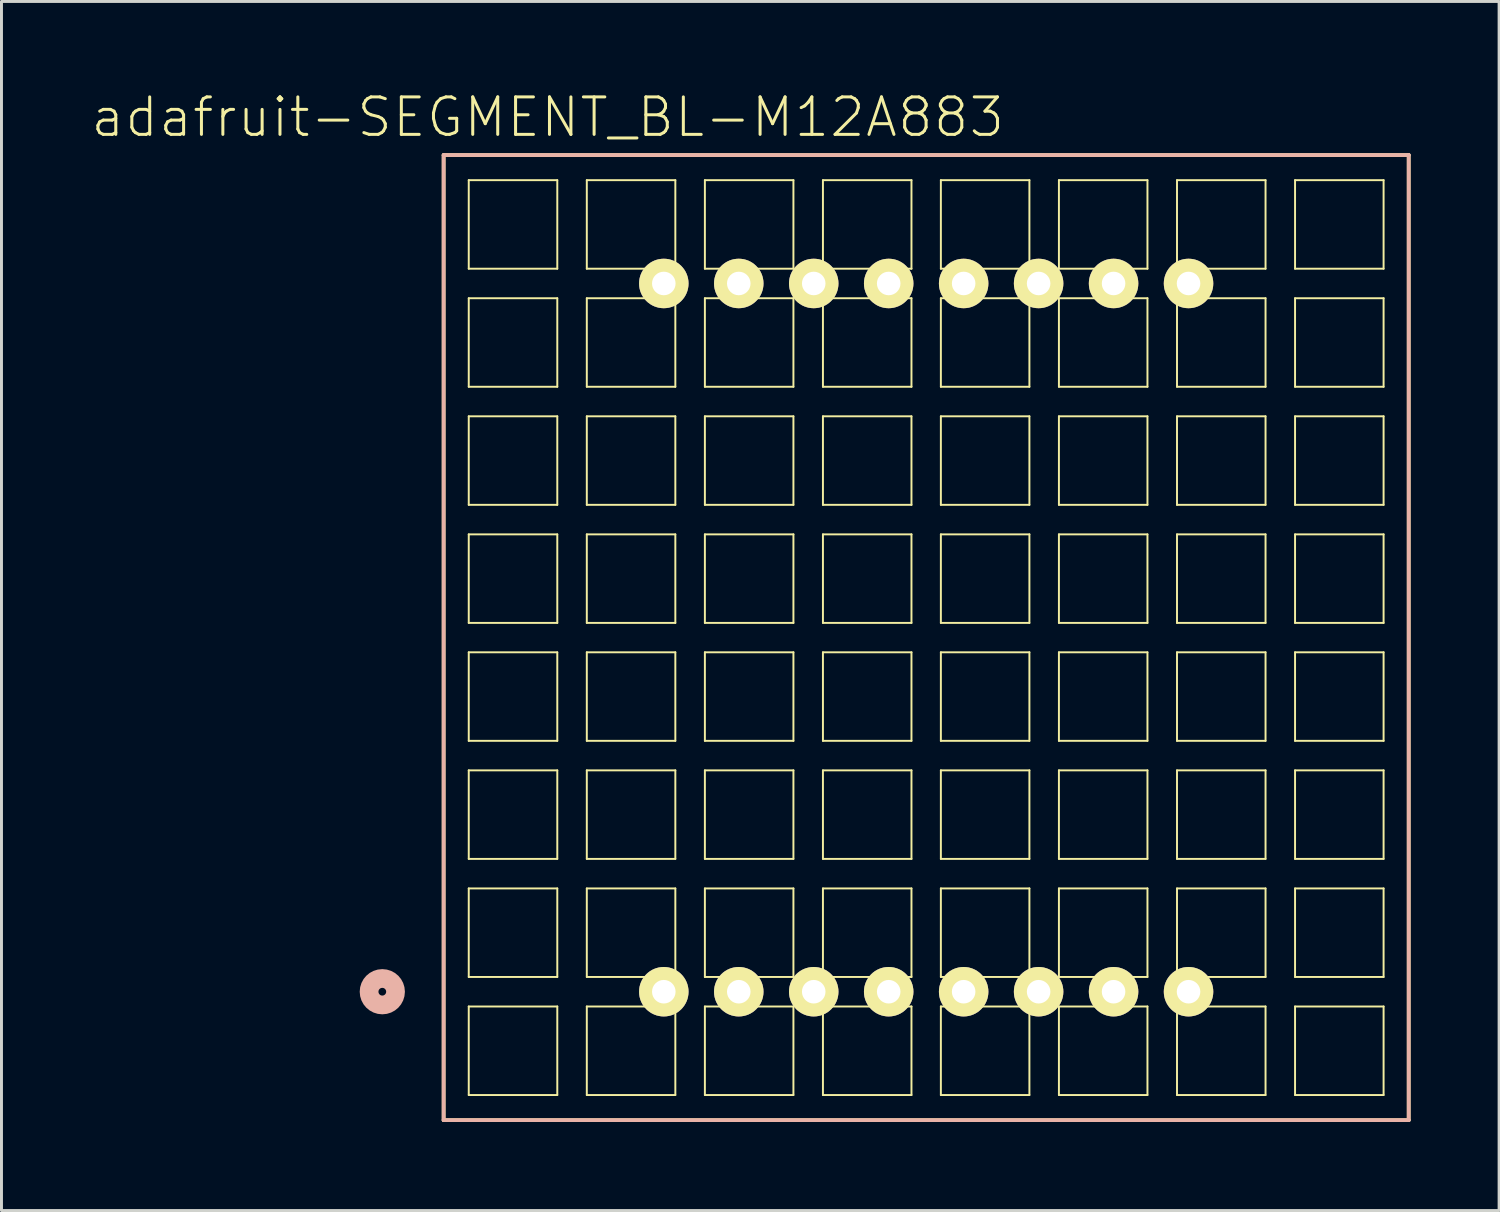
<source format=kicad_pcb>
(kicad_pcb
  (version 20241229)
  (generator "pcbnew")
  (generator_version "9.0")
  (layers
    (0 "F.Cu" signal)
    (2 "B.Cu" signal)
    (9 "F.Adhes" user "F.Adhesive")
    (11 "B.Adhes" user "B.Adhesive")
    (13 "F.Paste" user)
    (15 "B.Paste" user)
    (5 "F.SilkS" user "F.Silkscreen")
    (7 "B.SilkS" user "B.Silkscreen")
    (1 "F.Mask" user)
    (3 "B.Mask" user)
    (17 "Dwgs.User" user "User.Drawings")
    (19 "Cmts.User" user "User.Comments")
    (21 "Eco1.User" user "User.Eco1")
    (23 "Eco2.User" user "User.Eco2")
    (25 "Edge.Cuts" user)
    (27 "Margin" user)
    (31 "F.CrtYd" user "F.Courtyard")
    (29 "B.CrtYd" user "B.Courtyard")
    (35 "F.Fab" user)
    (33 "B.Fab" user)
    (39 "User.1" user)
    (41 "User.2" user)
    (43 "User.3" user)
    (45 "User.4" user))
  (footprint "adafruit-SEGMENT_BL-M12A883"
    (layer "F.Cu")
    (at 28.332 18.554)
    (property "Reference" "adafruit-SEGMENT_BL-M12A883" (at -12.824 -17.633 0) (layer "F.SilkS") (effects (font (size 1.27 1.27) (thickness 0.102))))
    (attr exclude_from_pos_files exclude_from_bom)
    (fp_line (start -16.35 -16.35) (end 16.35 -16.35) (stroke (width 0.127) (type solid)) (layer "F.SilkS"))
    (fp_line (start -16.35 16.35) (end -16.35 -16.35) (stroke (width 0.127) (type solid)) (layer "F.SilkS"))
    (fp_line (start -15.499 -15.499) (end -12.499 -15.499) (stroke (width 0.066) (type solid)) (layer "F.SilkS"))
    (fp_line (start -15.499 -12.499) (end -15.499 -15.499) (stroke (width 0.066) (type solid)) (layer "F.SilkS"))
    (fp_line (start -15.499 -12.499) (end -12.499 -12.499) (stroke (width 0.066) (type solid)) (layer "F.SilkS"))
    (fp_line (start -15.499 -11.499) (end -12.499 -11.499) (stroke (width 0.066) (type solid)) (layer "F.SilkS"))
    (fp_line (start -15.499 -8.499) (end -15.499 -11.499) (stroke (width 0.066) (type solid)) (layer "F.SilkS"))
    (fp_line (start -15.499 -8.499) (end -12.499 -8.499) (stroke (width 0.066) (type solid)) (layer "F.SilkS"))
    (fp_line (start -15.499 -7.498) (end -12.499 -7.498) (stroke (width 0.066) (type solid)) (layer "F.SilkS"))
    (fp_line (start -15.499 -4.498) (end -15.499 -7.498) (stroke (width 0.066) (type solid)) (layer "F.SilkS"))
    (fp_line (start -15.499 -4.498) (end -12.499 -4.498) (stroke (width 0.066) (type solid)) (layer "F.SilkS"))
    (fp_line (start -15.499 -3.498) (end -12.499 -3.498) (stroke (width 0.066) (type solid)) (layer "F.SilkS"))
    (fp_line (start -15.499 -0.498) (end -15.499 -3.498) (stroke (width 0.066) (type solid)) (layer "F.SilkS"))
    (fp_line (start -15.499 -0.498) (end -12.499 -0.498) (stroke (width 0.066) (type solid)) (layer "F.SilkS"))
    (fp_line (start -15.499 0.498) (end -12.499 0.498) (stroke (width 0.066) (type solid)) (layer "F.SilkS"))
    (fp_line (start -15.499 3.498) (end -15.499 0.498) (stroke (width 0.066) (type solid)) (layer "F.SilkS"))
    (fp_line (start -15.499 3.498) (end -12.499 3.498) (stroke (width 0.066) (type solid)) (layer "F.SilkS"))
    (fp_line (start -15.499 4.498) (end -12.499 4.498) (stroke (width 0.066) (type solid)) (layer "F.SilkS"))
    (fp_line (start -15.499 7.498) (end -15.499 4.498) (stroke (width 0.066) (type solid)) (layer "F.SilkS"))
    (fp_line (start -15.499 7.498) (end -12.499 7.498) (stroke (width 0.066) (type solid)) (layer "F.SilkS"))
    (fp_line (start -15.499 8.499) (end -12.499 8.499) (stroke (width 0.066) (type solid)) (layer "F.SilkS"))
    (fp_line (start -15.499 11.499) (end -15.499 8.499) (stroke (width 0.066) (type solid)) (layer "F.SilkS"))
    (fp_line (start -15.499 11.499) (end -12.499 11.499) (stroke (width 0.066) (type solid)) (layer "F.SilkS"))
    (fp_line (start -15.499 12.499) (end -12.499 12.499) (stroke (width 0.066) (type solid)) (layer "F.SilkS"))
    (fp_line (start -15.499 15.499) (end -15.499 12.499) (stroke (width 0.066) (type solid)) (layer "F.SilkS"))
    (fp_line (start -15.499 15.499) (end -12.499 15.499) (stroke (width 0.066) (type solid)) (layer "F.SilkS"))
    (fp_line (start -12.499 -12.499) (end -12.499 -15.499) (stroke (width 0.066) (type solid)) (layer "F.SilkS"))
    (fp_line (start -12.499 -8.499) (end -12.499 -11.499) (stroke (width 0.066) (type solid)) (layer "F.SilkS"))
    (fp_line (start -12.499 -4.498) (end -12.499 -7.498) (stroke (width 0.066) (type solid)) (layer "F.SilkS"))
    (fp_line (start -12.499 -0.498) (end -12.499 -3.498) (stroke (width 0.066) (type solid)) (layer "F.SilkS"))
    (fp_line (start -12.499 3.498) (end -12.499 0.498) (stroke (width 0.066) (type solid)) (layer "F.SilkS"))
    (fp_line (start -12.499 7.498) (end -12.499 4.498) (stroke (width 0.066) (type solid)) (layer "F.SilkS"))
    (fp_line (start -12.499 11.499) (end -12.499 8.499) (stroke (width 0.066) (type solid)) (layer "F.SilkS"))
    (fp_line (start -12.499 15.499) (end -12.499 12.499) (stroke (width 0.066) (type solid)) (layer "F.SilkS"))
    (fp_line (start -11.499 -15.499) (end -8.499 -15.499) (stroke (width 0.066) (type solid)) (layer "F.SilkS"))
    (fp_line (start -11.499 -12.499) (end -11.499 -15.499) (stroke (width 0.066) (type solid)) (layer "F.SilkS"))
    (fp_line (start -11.499 -12.499) (end -8.499 -12.499) (stroke (width 0.066) (type solid)) (layer "F.SilkS"))
    (fp_line (start -11.499 -11.499) (end -8.499 -11.499) (stroke (width 0.066) (type solid)) (layer "F.SilkS"))
    (fp_line (start -11.499 -8.499) (end -11.499 -11.499) (stroke (width 0.066) (type solid)) (layer "F.SilkS"))
    (fp_line (start -11.499 -8.499) (end -8.499 -8.499) (stroke (width 0.066) (type solid)) (layer "F.SilkS"))
    (fp_line (start -11.499 -7.498) (end -8.499 -7.498) (stroke (width 0.066) (type solid)) (layer "F.SilkS"))
    (fp_line (start -11.499 -4.498) (end -11.499 -7.498) (stroke (width 0.066) (type solid)) (layer "F.SilkS"))
    (fp_line (start -11.499 -4.498) (end -8.499 -4.498) (stroke (width 0.066) (type solid)) (layer "F.SilkS"))
    (fp_line (start -11.499 -3.498) (end -8.499 -3.498) (stroke (width 0.066) (type solid)) (layer "F.SilkS"))
    (fp_line (start -11.499 -0.498) (end -11.499 -3.498) (stroke (width 0.066) (type solid)) (layer "F.SilkS"))
    (fp_line (start -11.499 -0.498) (end -8.499 -0.498) (stroke (width 0.066) (type solid)) (layer "F.SilkS"))
    (fp_line (start -11.499 0.498) (end -8.499 0.498) (stroke (width 0.066) (type solid)) (layer "F.SilkS"))
    (fp_line (start -11.499 3.498) (end -11.499 0.498) (stroke (width 0.066) (type solid)) (layer "F.SilkS"))
    (fp_line (start -11.499 3.498) (end -8.499 3.498) (stroke (width 0.066) (type solid)) (layer "F.SilkS"))
    (fp_line (start -11.499 4.498) (end -8.499 4.498) (stroke (width 0.066) (type solid)) (layer "F.SilkS"))
    (fp_line (start -11.499 7.498) (end -11.499 4.498) (stroke (width 0.066) (type solid)) (layer "F.SilkS"))
    (fp_line (start -11.499 7.498) (end -8.499 7.498) (stroke (width 0.066) (type solid)) (layer "F.SilkS"))
    (fp_line (start -11.499 8.499) (end -8.499 8.499) (stroke (width 0.066) (type solid)) (layer "F.SilkS"))
    (fp_line (start -11.499 11.499) (end -11.499 8.499) (stroke (width 0.066) (type solid)) (layer "F.SilkS"))
    (fp_line (start -11.499 11.499) (end -8.499 11.499) (stroke (width 0.066) (type solid)) (layer "F.SilkS"))
    (fp_line (start -11.499 12.499) (end -8.499 12.499) (stroke (width 0.066) (type solid)) (layer "F.SilkS"))
    (fp_line (start -11.499 15.499) (end -11.499 12.499) (stroke (width 0.066) (type solid)) (layer "F.SilkS"))
    (fp_line (start -11.499 15.499) (end -8.499 15.499) (stroke (width 0.066) (type solid)) (layer "F.SilkS"))
    (fp_line (start -8.499 -12.499) (end -8.499 -15.499) (stroke (width 0.066) (type solid)) (layer "F.SilkS"))
    (fp_line (start -8.499 -8.499) (end -8.499 -11.499) (stroke (width 0.066) (type solid)) (layer "F.SilkS"))
    (fp_line (start -8.499 -4.498) (end -8.499 -7.498) (stroke (width 0.066) (type solid)) (layer "F.SilkS"))
    (fp_line (start -8.499 -0.498) (end -8.499 -3.498) (stroke (width 0.066) (type solid)) (layer "F.SilkS"))
    (fp_line (start -8.499 3.498) (end -8.499 0.498) (stroke (width 0.066) (type solid)) (layer "F.SilkS"))
    (fp_line (start -8.499 7.498) (end -8.499 4.498) (stroke (width 0.066) (type solid)) (layer "F.SilkS"))
    (fp_line (start -8.499 11.499) (end -8.499 8.499) (stroke (width 0.066) (type solid)) (layer "F.SilkS"))
    (fp_line (start -8.499 15.499) (end -8.499 12.499) (stroke (width 0.066) (type solid)) (layer "F.SilkS"))
    (fp_line (start -7.498 -15.499) (end -4.498 -15.499) (stroke (width 0.066) (type solid)) (layer "F.SilkS"))
    (fp_line (start -7.498 -12.499) (end -7.498 -15.499) (stroke (width 0.066) (type solid)) (layer "F.SilkS"))
    (fp_line (start -7.498 -12.499) (end -4.498 -12.499) (stroke (width 0.066) (type solid)) (layer "F.SilkS"))
    (fp_line (start -7.498 -11.499) (end -4.498 -11.499) (stroke (width 0.066) (type solid)) (layer "F.SilkS"))
    (fp_line (start -7.498 -8.499) (end -7.498 -11.499) (stroke (width 0.066) (type solid)) (layer "F.SilkS"))
    (fp_line (start -7.498 -8.499) (end -4.498 -8.499) (stroke (width 0.066) (type solid)) (layer "F.SilkS"))
    (fp_line (start -7.498 -7.498) (end -4.498 -7.498) (stroke (width 0.066) (type solid)) (layer "F.SilkS"))
    (fp_line (start -7.498 -4.498) (end -7.498 -7.498) (stroke (width 0.066) (type solid)) (layer "F.SilkS"))
    (fp_line (start -7.498 -4.498) (end -4.498 -4.498) (stroke (width 0.066) (type solid)) (layer "F.SilkS"))
    (fp_line (start -7.498 -3.498) (end -4.498 -3.498) (stroke (width 0.066) (type solid)) (layer "F.SilkS"))
    (fp_line (start -7.498 -0.498) (end -7.498 -3.498) (stroke (width 0.066) (type solid)) (layer "F.SilkS"))
    (fp_line (start -7.498 -0.498) (end -4.498 -0.498) (stroke (width 0.066) (type solid)) (layer "F.SilkS"))
    (fp_line (start -7.498 0.498) (end -4.498 0.498) (stroke (width 0.066) (type solid)) (layer "F.SilkS"))
    (fp_line (start -7.498 3.498) (end -7.498 0.498) (stroke (width 0.066) (type solid)) (layer "F.SilkS"))
    (fp_line (start -7.498 3.498) (end -4.498 3.498) (stroke (width 0.066) (type solid)) (layer "F.SilkS"))
    (fp_line (start -7.498 4.498) (end -4.498 4.498) (stroke (width 0.066) (type solid)) (layer "F.SilkS"))
    (fp_line (start -7.498 7.498) (end -7.498 4.498) (stroke (width 0.066) (type solid)) (layer "F.SilkS"))
    (fp_line (start -7.498 7.498) (end -4.498 7.498) (stroke (width 0.066) (type solid)) (layer "F.SilkS"))
    (fp_line (start -7.498 8.499) (end -4.498 8.499) (stroke (width 0.066) (type solid)) (layer "F.SilkS"))
    (fp_line (start -7.498 11.499) (end -7.498 8.499) (stroke (width 0.066) (type solid)) (layer "F.SilkS"))
    (fp_line (start -7.498 11.499) (end -4.498 11.499) (stroke (width 0.066) (type solid)) (layer "F.SilkS"))
    (fp_line (start -7.498 12.499) (end -4.498 12.499) (stroke (width 0.066) (type solid)) (layer "F.SilkS"))
    (fp_line (start -7.498 15.499) (end -7.498 12.499) (stroke (width 0.066) (type solid)) (layer "F.SilkS"))
    (fp_line (start -7.498 15.499) (end -4.498 15.499) (stroke (width 0.066) (type solid)) (layer "F.SilkS"))
    (fp_line (start -4.498 -12.499) (end -4.498 -15.499) (stroke (width 0.066) (type solid)) (layer "F.SilkS"))
    (fp_line (start -4.498 -8.499) (end -4.498 -11.499) (stroke (width 0.066) (type solid)) (layer "F.SilkS"))
    (fp_line (start -4.498 -4.498) (end -4.498 -7.498) (stroke (width 0.066) (type solid)) (layer "F.SilkS"))
    (fp_line (start -4.498 -0.498) (end -4.498 -3.498) (stroke (width 0.066) (type solid)) (layer "F.SilkS"))
    (fp_line (start -4.498 3.498) (end -4.498 0.498) (stroke (width 0.066) (type solid)) (layer "F.SilkS"))
    (fp_line (start -4.498 7.498) (end -4.498 4.498) (stroke (width 0.066) (type solid)) (layer "F.SilkS"))
    (fp_line (start -4.498 11.499) (end -4.498 8.499) (stroke (width 0.066) (type solid)) (layer "F.SilkS"))
    (fp_line (start -4.498 15.499) (end -4.498 12.499) (stroke (width 0.066) (type solid)) (layer "F.SilkS"))
    (fp_line (start -3.498 -15.499) (end -0.498 -15.499) (stroke (width 0.066) (type solid)) (layer "F.SilkS"))
    (fp_line (start -3.498 -12.499) (end -3.498 -15.499) (stroke (width 0.066) (type solid)) (layer "F.SilkS"))
    (fp_line (start -3.498 -12.499) (end -0.498 -12.499) (stroke (width 0.066) (type solid)) (layer "F.SilkS"))
    (fp_line (start -3.498 -11.499) (end -0.498 -11.499) (stroke (width 0.066) (type solid)) (layer "F.SilkS"))
    (fp_line (start -3.498 -8.499) (end -3.498 -11.499) (stroke (width 0.066) (type solid)) (layer "F.SilkS"))
    (fp_line (start -3.498 -8.499) (end -0.498 -8.499) (stroke (width 0.066) (type solid)) (layer "F.SilkS"))
    (fp_line (start -3.498 -7.498) (end -0.498 -7.498) (stroke (width 0.066) (type solid)) (layer "F.SilkS"))
    (fp_line (start -3.498 -4.498) (end -3.498 -7.498) (stroke (width 0.066) (type solid)) (layer "F.SilkS"))
    (fp_line (start -3.498 -4.498) (end -0.498 -4.498) (stroke (width 0.066) (type solid)) (layer "F.SilkS"))
    (fp_line (start -3.498 -3.498) (end -0.498 -3.498) (stroke (width 0.066) (type solid)) (layer "F.SilkS"))
    (fp_line (start -3.498 -0.498) (end -3.498 -3.498) (stroke (width 0.066) (type solid)) (layer "F.SilkS"))
    (fp_line (start -3.498 -0.498) (end -0.498 -0.498) (stroke (width 0.066) (type solid)) (layer "F.SilkS"))
    (fp_line (start -3.498 0.498) (end -0.498 0.498) (stroke (width 0.066) (type solid)) (layer "F.SilkS"))
    (fp_line (start -3.498 3.498) (end -3.498 0.498) (stroke (width 0.066) (type solid)) (layer "F.SilkS"))
    (fp_line (start -3.498 3.498) (end -0.498 3.498) (stroke (width 0.066) (type solid)) (layer "F.SilkS"))
    (fp_line (start -3.498 4.498) (end -0.498 4.498) (stroke (width 0.066) (type solid)) (layer "F.SilkS"))
    (fp_line (start -3.498 7.498) (end -3.498 4.498) (stroke (width 0.066) (type solid)) (layer "F.SilkS"))
    (fp_line (start -3.498 7.498) (end -0.498 7.498) (stroke (width 0.066) (type solid)) (layer "F.SilkS"))
    (fp_line (start -3.498 8.499) (end -0.498 8.499) (stroke (width 0.066) (type solid)) (layer "F.SilkS"))
    (fp_line (start -3.498 11.499) (end -3.498 8.499) (stroke (width 0.066) (type solid)) (layer "F.SilkS"))
    (fp_line (start -3.498 11.499) (end -0.498 11.499) (stroke (width 0.066) (type solid)) (layer "F.SilkS"))
    (fp_line (start -3.498 12.499) (end -0.498 12.499) (stroke (width 0.066) (type solid)) (layer "F.SilkS"))
    (fp_line (start -3.498 15.499) (end -3.498 12.499) (stroke (width 0.066) (type solid)) (layer "F.SilkS"))
    (fp_line (start -3.498 15.499) (end -0.498 15.499) (stroke (width 0.066) (type solid)) (layer "F.SilkS"))
    (fp_line (start -0.498 -12.499) (end -0.498 -15.499) (stroke (width 0.066) (type solid)) (layer "F.SilkS"))
    (fp_line (start -0.498 -8.499) (end -0.498 -11.499) (stroke (width 0.066) (type solid)) (layer "F.SilkS"))
    (fp_line (start -0.498 -4.498) (end -0.498 -7.498) (stroke (width 0.066) (type solid)) (layer "F.SilkS"))
    (fp_line (start -0.498 -0.498) (end -0.498 -3.498) (stroke (width 0.066) (type solid)) (layer "F.SilkS"))
    (fp_line (start -0.498 3.498) (end -0.498 0.498) (stroke (width 0.066) (type solid)) (layer "F.SilkS"))
    (fp_line (start -0.498 7.498) (end -0.498 4.498) (stroke (width 0.066) (type solid)) (layer "F.SilkS"))
    (fp_line (start -0.498 11.499) (end -0.498 8.499) (stroke (width 0.066) (type solid)) (layer "F.SilkS"))
    (fp_line (start -0.498 15.499) (end -0.498 12.499) (stroke (width 0.066) (type solid)) (layer "F.SilkS"))
    (fp_line (start 0.498 -15.499) (end 3.498 -15.499) (stroke (width 0.066) (type solid)) (layer "F.SilkS"))
    (fp_line (start 0.498 -12.499) (end 0.498 -15.499) (stroke (width 0.066) (type solid)) (layer "F.SilkS"))
    (fp_line (start 0.498 -12.499) (end 3.498 -12.499) (stroke (width 0.066) (type solid)) (layer "F.SilkS"))
    (fp_line (start 0.498 -11.499) (end 3.498 -11.499) (stroke (width 0.066) (type solid)) (layer "F.SilkS"))
    (fp_line (start 0.498 -8.499) (end 0.498 -11.499) (stroke (width 0.066) (type solid)) (layer "F.SilkS"))
    (fp_line (start 0.498 -8.499) (end 3.498 -8.499) (stroke (width 0.066) (type solid)) (layer "F.SilkS"))
    (fp_line (start 0.498 -7.498) (end 3.498 -7.498) (stroke (width 0.066) (type solid)) (layer "F.SilkS"))
    (fp_line (start 0.498 -4.498) (end 0.498 -7.498) (stroke (width 0.066) (type solid)) (layer "F.SilkS"))
    (fp_line (start 0.498 -4.498) (end 3.498 -4.498) (stroke (width 0.066) (type solid)) (layer "F.SilkS"))
    (fp_line (start 0.498 -3.498) (end 3.498 -3.498) (stroke (width 0.066) (type solid)) (layer "F.SilkS"))
    (fp_line (start 0.498 -0.498) (end 0.498 -3.498) (stroke (width 0.066) (type solid)) (layer "F.SilkS"))
    (fp_line (start 0.498 -0.498) (end 3.498 -0.498) (stroke (width 0.066) (type solid)) (layer "F.SilkS"))
    (fp_line (start 0.498 0.498) (end 3.498 0.498) (stroke (width 0.066) (type solid)) (layer "F.SilkS"))
    (fp_line (start 0.498 3.498) (end 0.498 0.498) (stroke (width 0.066) (type solid)) (layer "F.SilkS"))
    (fp_line (start 0.498 3.498) (end 3.498 3.498) (stroke (width 0.066) (type solid)) (layer "F.SilkS"))
    (fp_line (start 0.498 4.498) (end 3.498 4.498) (stroke (width 0.066) (type solid)) (layer "F.SilkS"))
    (fp_line (start 0.498 7.498) (end 0.498 4.498) (stroke (width 0.066) (type solid)) (layer "F.SilkS"))
    (fp_line (start 0.498 7.498) (end 3.498 7.498) (stroke (width 0.066) (type solid)) (layer "F.SilkS"))
    (fp_line (start 0.498 8.499) (end 3.498 8.499) (stroke (width 0.066) (type solid)) (layer "F.SilkS"))
    (fp_line (start 0.498 11.499) (end 0.498 8.499) (stroke (width 0.066) (type solid)) (layer "F.SilkS"))
    (fp_line (start 0.498 11.499) (end 3.498 11.499) (stroke (width 0.066) (type solid)) (layer "F.SilkS"))
    (fp_line (start 0.498 12.499) (end 3.498 12.499) (stroke (width 0.066) (type solid)) (layer "F.SilkS"))
    (fp_line (start 0.498 15.499) (end 0.498 12.499) (stroke (width 0.066) (type solid)) (layer "F.SilkS"))
    (fp_line (start 0.498 15.499) (end 3.498 15.499) (stroke (width 0.066) (type solid)) (layer "F.SilkS"))
    (fp_line (start 3.498 -12.499) (end 3.498 -15.499) (stroke (width 0.066) (type solid)) (layer "F.SilkS"))
    (fp_line (start 3.498 -8.499) (end 3.498 -11.499) (stroke (width 0.066) (type solid)) (layer "F.SilkS"))
    (fp_line (start 3.498 -4.498) (end 3.498 -7.498) (stroke (width 0.066) (type solid)) (layer "F.SilkS"))
    (fp_line (start 3.498 -0.498) (end 3.498 -3.498) (stroke (width 0.066) (type solid)) (layer "F.SilkS"))
    (fp_line (start 3.498 3.498) (end 3.498 0.498) (stroke (width 0.066) (type solid)) (layer "F.SilkS"))
    (fp_line (start 3.498 7.498) (end 3.498 4.498) (stroke (width 0.066) (type solid)) (layer "F.SilkS"))
    (fp_line (start 3.498 11.499) (end 3.498 8.499) (stroke (width 0.066) (type solid)) (layer "F.SilkS"))
    (fp_line (start 3.498 15.499) (end 3.498 12.499) (stroke (width 0.066) (type solid)) (layer "F.SilkS"))
    (fp_line (start 4.498 -15.499) (end 7.498 -15.499) (stroke (width 0.066) (type solid)) (layer "F.SilkS"))
    (fp_line (start 4.498 -12.499) (end 4.498 -15.499) (stroke (width 0.066) (type solid)) (layer "F.SilkS"))
    (fp_line (start 4.498 -12.499) (end 7.498 -12.499) (stroke (width 0.066) (type solid)) (layer "F.SilkS"))
    (fp_line (start 4.498 -11.499) (end 7.498 -11.499) (stroke (width 0.066) (type solid)) (layer "F.SilkS"))
    (fp_line (start 4.498 -8.499) (end 4.498 -11.499) (stroke (width 0.066) (type solid)) (layer "F.SilkS"))
    (fp_line (start 4.498 -8.499) (end 7.498 -8.499) (stroke (width 0.066) (type solid)) (layer "F.SilkS"))
    (fp_line (start 4.498 -7.498) (end 7.498 -7.498) (stroke (width 0.066) (type solid)) (layer "F.SilkS"))
    (fp_line (start 4.498 -4.498) (end 4.498 -7.498) (stroke (width 0.066) (type solid)) (layer "F.SilkS"))
    (fp_line (start 4.498 -4.498) (end 7.498 -4.498) (stroke (width 0.066) (type solid)) (layer "F.SilkS"))
    (fp_line (start 4.498 -3.498) (end 7.498 -3.498) (stroke (width 0.066) (type solid)) (layer "F.SilkS"))
    (fp_line (start 4.498 -0.498) (end 4.498 -3.498) (stroke (width 0.066) (type solid)) (layer "F.SilkS"))
    (fp_line (start 4.498 -0.498) (end 7.498 -0.498) (stroke (width 0.066) (type solid)) (layer "F.SilkS"))
    (fp_line (start 4.498 0.498) (end 7.498 0.498) (stroke (width 0.066) (type solid)) (layer "F.SilkS"))
    (fp_line (start 4.498 3.498) (end 4.498 0.498) (stroke (width 0.066) (type solid)) (layer "F.SilkS"))
    (fp_line (start 4.498 3.498) (end 7.498 3.498) (stroke (width 0.066) (type solid)) (layer "F.SilkS"))
    (fp_line (start 4.498 4.498) (end 7.498 4.498) (stroke (width 0.066) (type solid)) (layer "F.SilkS"))
    (fp_line (start 4.498 7.498) (end 4.498 4.498) (stroke (width 0.066) (type solid)) (layer "F.SilkS"))
    (fp_line (start 4.498 7.498) (end 7.498 7.498) (stroke (width 0.066) (type solid)) (layer "F.SilkS"))
    (fp_line (start 4.498 8.499) (end 7.498 8.499) (stroke (width 0.066) (type solid)) (layer "F.SilkS"))
    (fp_line (start 4.498 11.499) (end 4.498 8.499) (stroke (width 0.066) (type solid)) (layer "F.SilkS"))
    (fp_line (start 4.498 11.499) (end 7.498 11.499) (stroke (width 0.066) (type solid)) (layer "F.SilkS"))
    (fp_line (start 4.498 12.499) (end 7.498 12.499) (stroke (width 0.066) (type solid)) (layer "F.SilkS"))
    (fp_line (start 4.498 15.499) (end 4.498 12.499) (stroke (width 0.066) (type solid)) (layer "F.SilkS"))
    (fp_line (start 4.498 15.499) (end 7.498 15.499) (stroke (width 0.066) (type solid)) (layer "F.SilkS"))
    (fp_line (start 7.498 -12.499) (end 7.498 -15.499) (stroke (width 0.066) (type solid)) (layer "F.SilkS"))
    (fp_line (start 7.498 -8.499) (end 7.498 -11.499) (stroke (width 0.066) (type solid)) (layer "F.SilkS"))
    (fp_line (start 7.498 -4.498) (end 7.498 -7.498) (stroke (width 0.066) (type solid)) (layer "F.SilkS"))
    (fp_line (start 7.498 -0.498) (end 7.498 -3.498) (stroke (width 0.066) (type solid)) (layer "F.SilkS"))
    (fp_line (start 7.498 3.498) (end 7.498 0.498) (stroke (width 0.066) (type solid)) (layer "F.SilkS"))
    (fp_line (start 7.498 7.498) (end 7.498 4.498) (stroke (width 0.066) (type solid)) (layer "F.SilkS"))
    (fp_line (start 7.498 11.499) (end 7.498 8.499) (stroke (width 0.066) (type solid)) (layer "F.SilkS"))
    (fp_line (start 7.498 15.499) (end 7.498 12.499) (stroke (width 0.066) (type solid)) (layer "F.SilkS"))
    (fp_line (start 8.499 -15.499) (end 11.499 -15.499) (stroke (width 0.066) (type solid)) (layer "F.SilkS"))
    (fp_line (start 8.499 -12.499) (end 8.499 -15.499) (stroke (width 0.066) (type solid)) (layer "F.SilkS"))
    (fp_line (start 8.499 -12.499) (end 11.499 -12.499) (stroke (width 0.066) (type solid)) (layer "F.SilkS"))
    (fp_line (start 8.499 -11.499) (end 11.499 -11.499) (stroke (width 0.066) (type solid)) (layer "F.SilkS"))
    (fp_line (start 8.499 -8.499) (end 8.499 -11.499) (stroke (width 0.066) (type solid)) (layer "F.SilkS"))
    (fp_line (start 8.499 -8.499) (end 11.499 -8.499) (stroke (width 0.066) (type solid)) (layer "F.SilkS"))
    (fp_line (start 8.499 -7.498) (end 11.499 -7.498) (stroke (width 0.066) (type solid)) (layer "F.SilkS"))
    (fp_line (start 8.499 -4.498) (end 8.499 -7.498) (stroke (width 0.066) (type solid)) (layer "F.SilkS"))
    (fp_line (start 8.499 -4.498) (end 11.499 -4.498) (stroke (width 0.066) (type solid)) (layer "F.SilkS"))
    (fp_line (start 8.499 -3.498) (end 11.499 -3.498) (stroke (width 0.066) (type solid)) (layer "F.SilkS"))
    (fp_line (start 8.499 -0.498) (end 8.499 -3.498) (stroke (width 0.066) (type solid)) (layer "F.SilkS"))
    (fp_line (start 8.499 -0.498) (end 11.499 -0.498) (stroke (width 0.066) (type solid)) (layer "F.SilkS"))
    (fp_line (start 8.499 0.498) (end 11.499 0.498) (stroke (width 0.066) (type solid)) (layer "F.SilkS"))
    (fp_line (start 8.499 3.498) (end 8.499 0.498) (stroke (width 0.066) (type solid)) (layer "F.SilkS"))
    (fp_line (start 8.499 3.498) (end 11.499 3.498) (stroke (width 0.066) (type solid)) (layer "F.SilkS"))
    (fp_line (start 8.499 4.498) (end 11.499 4.498) (stroke (width 0.066) (type solid)) (layer "F.SilkS"))
    (fp_line (start 8.499 7.498) (end 8.499 4.498) (stroke (width 0.066) (type solid)) (layer "F.SilkS"))
    (fp_line (start 8.499 7.498) (end 11.499 7.498) (stroke (width 0.066) (type solid)) (layer "F.SilkS"))
    (fp_line (start 8.499 8.499) (end 11.499 8.499) (stroke (width 0.066) (type solid)) (layer "F.SilkS"))
    (fp_line (start 8.499 11.499) (end 8.499 8.499) (stroke (width 0.066) (type solid)) (layer "F.SilkS"))
    (fp_line (start 8.499 11.499) (end 11.499 11.499) (stroke (width 0.066) (type solid)) (layer "F.SilkS"))
    (fp_line (start 8.499 12.499) (end 11.499 12.499) (stroke (width 0.066) (type solid)) (layer "F.SilkS"))
    (fp_line (start 8.499 15.499) (end 8.499 12.499) (stroke (width 0.066) (type solid)) (layer "F.SilkS"))
    (fp_line (start 8.499 15.499) (end 11.499 15.499) (stroke (width 0.066) (type solid)) (layer "F.SilkS"))
    (fp_line (start 11.499 -12.499) (end 11.499 -15.499) (stroke (width 0.066) (type solid)) (layer "F.SilkS"))
    (fp_line (start 11.499 -8.499) (end 11.499 -11.499) (stroke (width 0.066) (type solid)) (layer "F.SilkS"))
    (fp_line (start 11.499 -4.498) (end 11.499 -7.498) (stroke (width 0.066) (type solid)) (layer "F.SilkS"))
    (fp_line (start 11.499 -0.498) (end 11.499 -3.498) (stroke (width 0.066) (type solid)) (layer "F.SilkS"))
    (fp_line (start 11.499 3.498) (end 11.499 0.498) (stroke (width 0.066) (type solid)) (layer "F.SilkS"))
    (fp_line (start 11.499 7.498) (end 11.499 4.498) (stroke (width 0.066) (type solid)) (layer "F.SilkS"))
    (fp_line (start 11.499 11.499) (end 11.499 8.499) (stroke (width 0.066) (type solid)) (layer "F.SilkS"))
    (fp_line (start 11.499 15.499) (end 11.499 12.499) (stroke (width 0.066) (type solid)) (layer "F.SilkS"))
    (fp_line (start 12.499 -15.499) (end 15.499 -15.499) (stroke (width 0.066) (type solid)) (layer "F.SilkS"))
    (fp_line (start 12.499 -12.499) (end 12.499 -15.499) (stroke (width 0.066) (type solid)) (layer "F.SilkS"))
    (fp_line (start 12.499 -12.499) (end 15.499 -12.499) (stroke (width 0.066) (type solid)) (layer "F.SilkS"))
    (fp_line (start 12.499 -11.499) (end 15.499 -11.499) (stroke (width 0.066) (type solid)) (layer "F.SilkS"))
    (fp_line (start 12.499 -8.499) (end 12.499 -11.499) (stroke (width 0.066) (type solid)) (layer "F.SilkS"))
    (fp_line (start 12.499 -8.499) (end 15.499 -8.499) (stroke (width 0.066) (type solid)) (layer "F.SilkS"))
    (fp_line (start 12.499 -7.498) (end 15.499 -7.498) (stroke (width 0.066) (type solid)) (layer "F.SilkS"))
    (fp_line (start 12.499 -4.498) (end 12.499 -7.498) (stroke (width 0.066) (type solid)) (layer "F.SilkS"))
    (fp_line (start 12.499 -4.498) (end 15.499 -4.498) (stroke (width 0.066) (type solid)) (layer "F.SilkS"))
    (fp_line (start 12.499 -3.498) (end 15.499 -3.498) (stroke (width 0.066) (type solid)) (layer "F.SilkS"))
    (fp_line (start 12.499 -0.498) (end 12.499 -3.498) (stroke (width 0.066) (type solid)) (layer "F.SilkS"))
    (fp_line (start 12.499 -0.498) (end 15.499 -0.498) (stroke (width 0.066) (type solid)) (layer "F.SilkS"))
    (fp_line (start 12.499 0.498) (end 15.499 0.498) (stroke (width 0.066) (type solid)) (layer "F.SilkS"))
    (fp_line (start 12.499 3.498) (end 12.499 0.498) (stroke (width 0.066) (type solid)) (layer "F.SilkS"))
    (fp_line (start 12.499 3.498) (end 15.499 3.498) (stroke (width 0.066) (type solid)) (layer "F.SilkS"))
    (fp_line (start 12.499 4.498) (end 15.499 4.498) (stroke (width 0.066) (type solid)) (layer "F.SilkS"))
    (fp_line (start 12.499 7.498) (end 12.499 4.498) (stroke (width 0.066) (type solid)) (layer "F.SilkS"))
    (fp_line (start 12.499 7.498) (end 15.499 7.498) (stroke (width 0.066) (type solid)) (layer "F.SilkS"))
    (fp_line (start 12.499 8.499) (end 15.499 8.499) (stroke (width 0.066) (type solid)) (layer "F.SilkS"))
    (fp_line (start 12.499 11.499) (end 12.499 8.499) (stroke (width 0.066) (type solid)) (layer "F.SilkS"))
    (fp_line (start 12.499 11.499) (end 15.499 11.499) (stroke (width 0.066) (type solid)) (layer "F.SilkS"))
    (fp_line (start 12.499 12.499) (end 15.499 12.499) (stroke (width 0.066) (type solid)) (layer "F.SilkS"))
    (fp_line (start 12.499 15.499) (end 12.499 12.499) (stroke (width 0.066) (type solid)) (layer "F.SilkS"))
    (fp_line (start 12.499 15.499) (end 15.499 15.499) (stroke (width 0.066) (type solid)) (layer "F.SilkS"))
    (fp_line (start 15.499 -12.499) (end 15.499 -15.499) (stroke (width 0.066) (type solid)) (layer "F.SilkS"))
    (fp_line (start 15.499 -8.499) (end 15.499 -11.499) (stroke (width 0.066) (type solid)) (layer "F.SilkS"))
    (fp_line (start 15.499 -4.498) (end 15.499 -7.498) (stroke (width 0.066) (type solid)) (layer "F.SilkS"))
    (fp_line (start 15.499 -0.498) (end 15.499 -3.498) (stroke (width 0.066) (type solid)) (layer "F.SilkS"))
    (fp_line (start 15.499 3.498) (end 15.499 0.498) (stroke (width 0.066) (type solid)) (layer "F.SilkS"))
    (fp_line (start 15.499 7.498) (end 15.499 4.498) (stroke (width 0.066) (type solid)) (layer "F.SilkS"))
    (fp_line (start 15.499 11.499) (end 15.499 8.499) (stroke (width 0.066) (type solid)) (layer "F.SilkS"))
    (fp_line (start 15.499 15.499) (end 15.499 12.499) (stroke (width 0.066) (type solid)) (layer "F.SilkS"))
    (fp_line (start 16.35 -16.35) (end 16.35 16.35) (stroke (width 0.127) (type solid)) (layer "F.SilkS"))
    (fp_line (start 16.35 16.35) (end -16.35 16.35) (stroke (width 0.127) (type solid)) (layer "F.SilkS"))
    (fp_line (start -16.35 -16.35) (end 16.35 -16.35) (stroke (width 0.127) (type solid)) (layer "B.SilkS"))
    (fp_line (start -16.35 16.35) (end -16.35 -16.35) (stroke (width 0.127) (type solid)) (layer "B.SilkS"))
    (fp_line (start 16.35 -16.35) (end 16.35 16.35) (stroke (width 0.127) (type solid)) (layer "B.SilkS"))
    (fp_line (start 16.35 16.35) (end -16.35 16.35) (stroke (width 0.127) (type solid)) (layer "B.SilkS"))
    (fp_circle (center -18.428 11.999) (end -18.745 12.316) (stroke (width 0.635) (type solid)) (fill no) (layer "B.SilkS"))
    (pad "1" thru_hole circle (at -8.89 11.999) (size 1.676 1.676) (drill 0.798) (layers "*.Cu" "F.Mask" "F.SilkS" "F.Paste"))
    (pad "2" thru_hole circle (at -6.35 11.999) (size 1.676 1.676) (drill 0.798) (layers "*.Cu" "F.Mask" "F.SilkS" "F.Paste"))
    (pad "3" thru_hole circle (at -3.81 11.999) (size 1.676 1.676) (drill 0.798) (layers "*.Cu" "F.Mask" "F.SilkS" "F.Paste"))
    (pad "4" thru_hole circle (at -1.27 11.999) (size 1.676 1.676) (drill 0.798) (layers "*.Cu" "F.Mask" "F.SilkS" "F.Paste"))
    (pad "5" thru_hole circle (at 1.27 11.999) (size 1.676 1.676) (drill 0.798) (layers "*.Cu" "F.Mask" "F.SilkS" "F.Paste"))
    (pad "6" thru_hole circle (at 3.81 11.999) (size 1.676 1.676) (drill 0.798) (layers "*.Cu" "F.Mask" "F.SilkS" "F.Paste"))
    (pad "7" thru_hole circle (at 6.35 11.999) (size 1.676 1.676) (drill 0.798) (layers "*.Cu" "F.Mask" "F.SilkS" "F.Paste"))
    (pad "8" thru_hole circle (at 8.89 11.999) (size 1.676 1.676) (drill 0.798) (layers "*.Cu" "F.Mask" "F.SilkS" "F.Paste"))
    (pad "9" thru_hole circle (at 8.89 -11.999) (size 1.676 1.676) (drill 0.798) (layers "*.Cu" "F.Mask" "F.SilkS" "F.Paste"))
    (pad "10" thru_hole circle (at 6.35 -11.999) (size 1.676 1.676) (drill 0.798) (layers "*.Cu" "F.Mask" "F.SilkS" "F.Paste"))
    (pad "11" thru_hole circle (at 3.81 -11.999) (size 1.676 1.676) (drill 0.798) (layers "*.Cu" "F.Mask" "F.SilkS" "F.Paste"))
    (pad "12" thru_hole circle (at 1.27 -11.999) (size 1.676 1.676) (drill 0.798) (layers "*.Cu" "F.Mask" "F.SilkS" "F.Paste"))
    (pad "13" thru_hole circle (at -1.27 -11.999) (size 1.676 1.676) (drill 0.798) (layers "*.Cu" "F.Mask" "F.SilkS" "F.Paste"))
    (pad "14" thru_hole circle (at -3.81 -11.999) (size 1.676 1.676) (drill 0.798) (layers "*.Cu" "F.Mask" "F.SilkS" "F.Paste"))
    (pad "15" thru_hole circle (at -6.35 -11.999) (size 1.676 1.676) (drill 0.798) (layers "*.Cu" "F.Mask" "F.SilkS" "F.Paste"))
    (pad "16" thru_hole circle (at -8.89 -11.999) (size 1.676 1.676) (drill 0.798) (layers "*.Cu" "F.Mask" "F.SilkS" "F.Paste")))
  (gr_rect
    (start -3 -3)
    (end 47.745 37.967)
    (stroke (width 0.1) (type default))
    (fill no)
    (layer "Edge.Cuts")))
</source>
